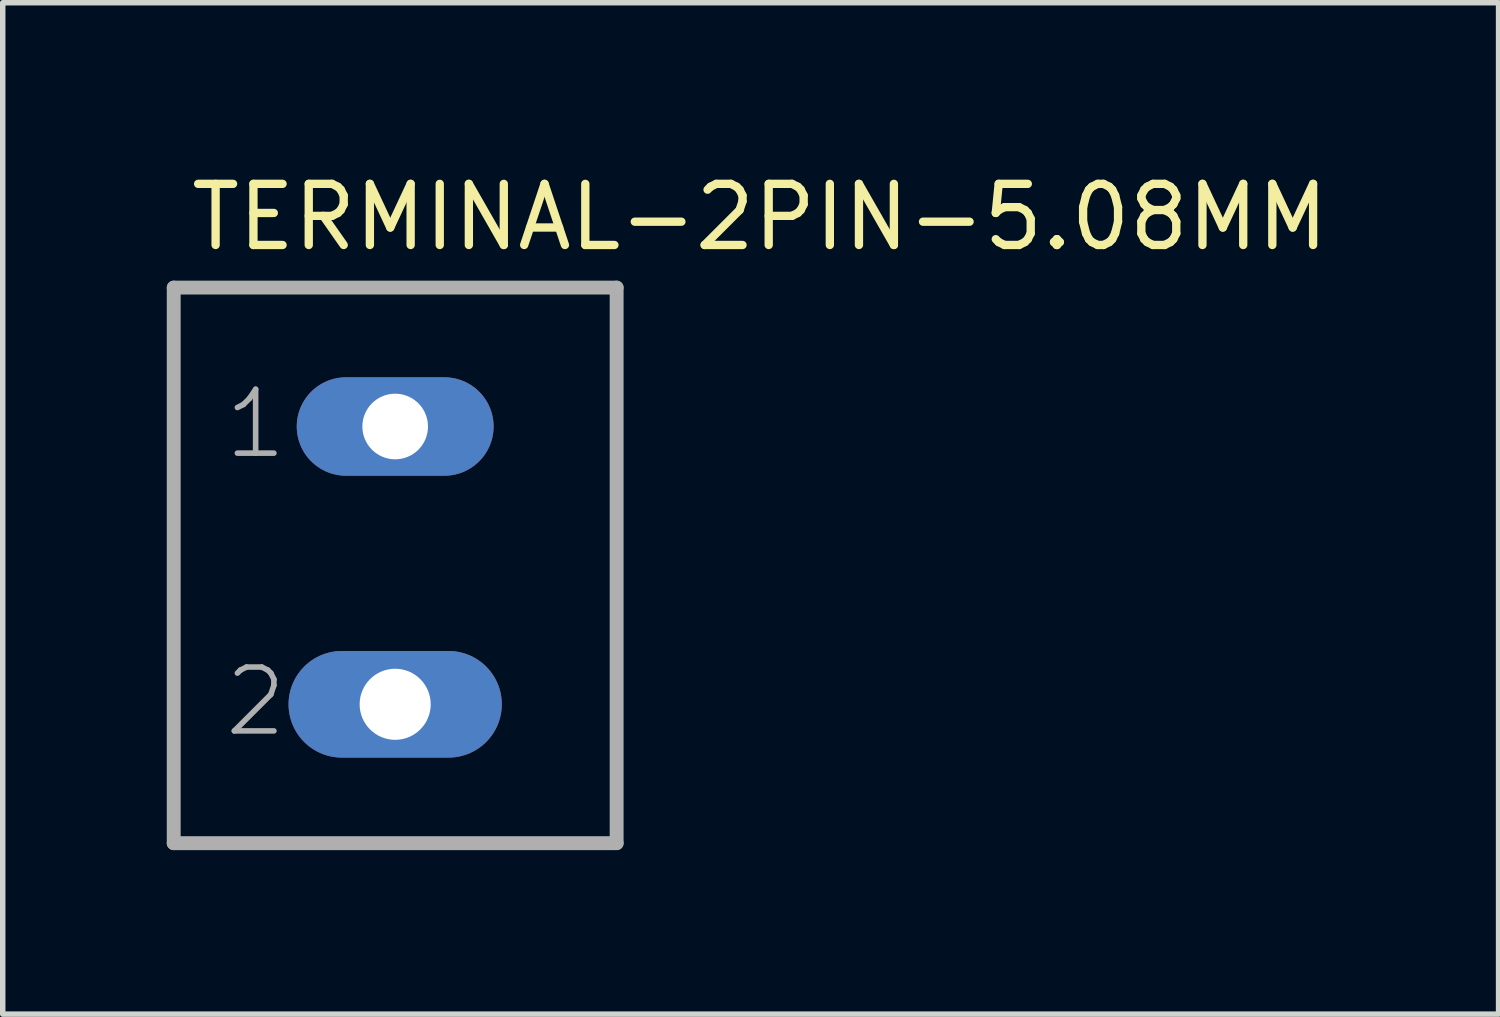
<source format=kicad_pcb>
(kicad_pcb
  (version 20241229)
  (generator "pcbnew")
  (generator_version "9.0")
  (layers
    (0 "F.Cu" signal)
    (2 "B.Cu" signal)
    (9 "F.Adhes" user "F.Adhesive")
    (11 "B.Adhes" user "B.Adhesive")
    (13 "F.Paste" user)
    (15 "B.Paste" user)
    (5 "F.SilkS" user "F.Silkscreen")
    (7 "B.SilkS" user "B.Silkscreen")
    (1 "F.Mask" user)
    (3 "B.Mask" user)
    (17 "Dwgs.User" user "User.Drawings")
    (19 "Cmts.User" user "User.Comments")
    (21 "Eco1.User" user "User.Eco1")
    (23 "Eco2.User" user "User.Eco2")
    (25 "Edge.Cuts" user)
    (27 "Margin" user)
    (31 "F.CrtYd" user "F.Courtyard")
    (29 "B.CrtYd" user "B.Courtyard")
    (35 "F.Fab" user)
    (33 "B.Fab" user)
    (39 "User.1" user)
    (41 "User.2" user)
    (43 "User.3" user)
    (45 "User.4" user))
  (footprint "TERMINAL-2PIN-5.08MM"
    (layer "F.Cu")
    (at 4.177 7.29)
    (property "Reference" "TERMINAL-2PIN-5.08MM" (at -3.81 -5.715 0) (layer "F.SilkS") (effects (font (size 1.118 1.118) (thickness 0.152)) (justify left bottom)))
    (fp_line (start -4.05 -5.08) (end -4.05 5.08) (stroke (width 0.127) (type solid)) (layer "F.SilkS"))
    (fp_line (start -4.05 5.08) (end 4.05 5.08) (stroke (width 0.127) (type solid)) (layer "F.SilkS"))
    (fp_line (start 4.05 -5.08) (end -4.05 -5.08) (stroke (width 0.127) (type solid)) (layer "F.SilkS"))
    (fp_line (start 4.05 5.08) (end 4.05 -5.08) (stroke (width 0.127) (type solid)) (layer "F.SilkS"))
    (fp_line (start -4.05 -5.08) (end -4.05 5.08) (stroke (width 0.254) (type solid)) (layer "F.Fab"))
    (fp_line (start -4.05 5.08) (end 4.05 5.08) (stroke (width 0.254) (type solid)) (layer "F.Fab"))
    (fp_line (start 4.05 -5.08) (end -4.05 -5.08) (stroke (width 0.254) (type solid)) (layer "F.Fab"))
    (fp_line (start 4.05 5.08) (end 4.05 -5.08) (stroke (width 0.254) (type solid)) (layer "F.Fab"))
    (fp_text user "1" (at -3.175 -1.905 0) (layer "F.Fab") (effects (font (size 1.168 1.168) (thickness 0.102)) (justify left bottom)))
    (fp_text user "2" (at -3.175 3.175 0) (layer "F.Fab") (effects (font (size 1.168 1.168) (thickness 0.102)) (justify left bottom)))
    (pad "P$1" thru_hole oval (at 0 -2.54) (size 3.6 1.8) (drill 1.2) (layers "*.Cu" "*.Mask"))
    (pad "P$2" thru_hole oval (at 0 2.54) (size 3.9 1.95) (drill 1.3) (layers "*.Cu" "*.Mask")))
  (gr_rect
    (start -3 -3)
    (end 24.356 15.497)
    (stroke (width 0.1) (type default))
    (fill no)
    (layer "Edge.Cuts")))
</source>
